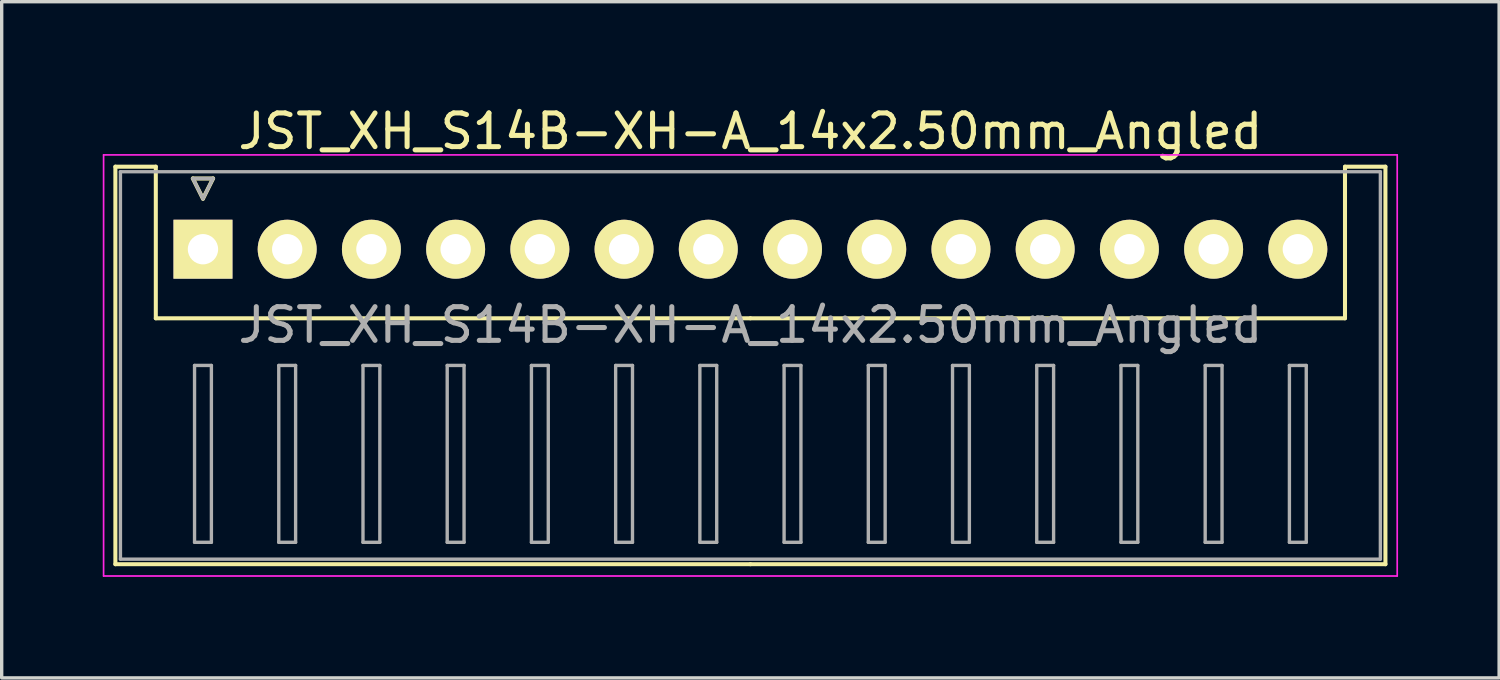
<source format=kicad_pcb>
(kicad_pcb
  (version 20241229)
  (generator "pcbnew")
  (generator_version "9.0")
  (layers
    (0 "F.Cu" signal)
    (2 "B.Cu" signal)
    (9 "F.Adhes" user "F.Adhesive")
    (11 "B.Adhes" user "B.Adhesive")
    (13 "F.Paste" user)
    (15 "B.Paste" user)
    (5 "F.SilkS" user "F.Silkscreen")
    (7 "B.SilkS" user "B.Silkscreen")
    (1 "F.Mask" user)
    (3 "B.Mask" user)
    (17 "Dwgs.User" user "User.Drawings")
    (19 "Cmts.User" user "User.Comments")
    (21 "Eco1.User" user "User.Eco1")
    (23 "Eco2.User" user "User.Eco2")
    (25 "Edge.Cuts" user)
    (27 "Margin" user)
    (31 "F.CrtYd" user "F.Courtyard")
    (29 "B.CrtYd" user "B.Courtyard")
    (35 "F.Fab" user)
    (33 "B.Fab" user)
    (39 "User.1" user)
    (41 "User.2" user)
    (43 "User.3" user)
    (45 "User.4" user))
  (footprint "JST_XH_S14B-XH-A_14x2.50mm_Angled"
    (layer "F.Cu")
    (at 2.975 4.348)
    (property "Reference" "JST_XH_S14B-XH-A_14x2.50mm_Angled" (at 16.25 -3.5 0) (layer "F.SilkS") (effects (font (size 1 1) (thickness 0.15))))
    (attr through_hole)
    (fp_line (start -2.6 -2.45) (end -1.4 -2.45) (stroke (width 0.12) (type solid)) (layer "F.SilkS"))
    (fp_line (start -2.6 9.35) (end -2.6 -2.45) (stroke (width 0.12) (type solid)) (layer "F.SilkS"))
    (fp_line (start -1.4 -2.45) (end -1.4 2.05) (stroke (width 0.12) (type solid)) (layer "F.SilkS"))
    (fp_line (start -1.4 2.05) (end 16.25 2.05) (stroke (width 0.12) (type solid)) (layer "F.SilkS"))
    (fp_line (start -0.3 -2.1) (end 0.3 -2.1) (stroke (width 0.12) (type solid)) (layer "F.SilkS"))
    (fp_line (start 0 -1.5) (end -0.3 -2.1) (stroke (width 0.12) (type solid)) (layer "F.SilkS"))
    (fp_line (start 0.3 -2.1) (end 0 -1.5) (stroke (width 0.12) (type solid)) (layer "F.SilkS"))
    (fp_line (start 16.25 9.35) (end -2.6 9.35) (stroke (width 0.12) (type solid)) (layer "F.SilkS"))
    (fp_line (start 16.25 9.35) (end 35.1 9.35) (stroke (width 0.12) (type solid)) (layer "F.SilkS"))
    (fp_line (start 33.9 -2.45) (end 33.9 2.05) (stroke (width 0.12) (type solid)) (layer "F.SilkS"))
    (fp_line (start 33.9 2.05) (end 16.25 2.05) (stroke (width 0.12) (type solid)) (layer "F.SilkS"))
    (fp_line (start 35.1 -2.45) (end 33.9 -2.45) (stroke (width 0.12) (type solid)) (layer "F.SilkS"))
    (fp_line (start 35.1 9.35) (end 35.1 -2.45) (stroke (width 0.12) (type solid)) (layer "F.SilkS"))
    (fp_line (start -2.95 -2.8) (end -2.95 9.7) (stroke (width 0.05) (type solid)) (layer "F.CrtYd"))
    (fp_line (start -2.95 9.7) (end 35.45 9.7) (stroke (width 0.05) (type solid)) (layer "F.CrtYd"))
    (fp_line (start 35.45 -2.8) (end -2.95 -2.8) (stroke (width 0.05) (type solid)) (layer "F.CrtYd"))
    (fp_line (start 35.45 9.7) (end 35.45 -2.8) (stroke (width 0.05) (type solid)) (layer "F.CrtYd"))
    (fp_line (start -2.45 -2.3) (end -2.45 9.2) (stroke (width 0.1) (type solid)) (layer "F.Fab"))
    (fp_line (start -2.45 9.2) (end 34.95 9.2) (stroke (width 0.1) (type solid)) (layer "F.Fab"))
    (fp_line (start -0.3 -2.1) (end 0.3 -2.1) (stroke (width 0.1) (type solid)) (layer "F.Fab"))
    (fp_line (start -0.25 3.45) (end -0.25 8.7) (stroke (width 0.1) (type solid)) (layer "F.Fab"))
    (fp_line (start -0.25 8.7) (end 0.25 8.7) (stroke (width 0.1) (type solid)) (layer "F.Fab"))
    (fp_line (start 0 -1.5) (end -0.3 -2.1) (stroke (width 0.1) (type solid)) (layer "F.Fab"))
    (fp_line (start 0.25 3.45) (end -0.25 3.45) (stroke (width 0.1) (type solid)) (layer "F.Fab"))
    (fp_line (start 0.25 8.7) (end 0.25 3.45) (stroke (width 0.1) (type solid)) (layer "F.Fab"))
    (fp_line (start 0.3 -2.1) (end 0 -1.5) (stroke (width 0.1) (type solid)) (layer "F.Fab"))
    (fp_line (start 2.25 3.45) (end 2.25 8.7) (stroke (width 0.1) (type solid)) (layer "F.Fab"))
    (fp_line (start 2.25 8.7) (end 2.75 8.7) (stroke (width 0.1) (type solid)) (layer "F.Fab"))
    (fp_line (start 2.75 3.45) (end 2.25 3.45) (stroke (width 0.1) (type solid)) (layer "F.Fab"))
    (fp_line (start 2.75 8.7) (end 2.75 3.45) (stroke (width 0.1) (type solid)) (layer "F.Fab"))
    (fp_line (start 4.75 3.45) (end 4.75 8.7) (stroke (width 0.1) (type solid)) (layer "F.Fab"))
    (fp_line (start 4.75 8.7) (end 5.25 8.7) (stroke (width 0.1) (type solid)) (layer "F.Fab"))
    (fp_line (start 5.25 3.45) (end 4.75 3.45) (stroke (width 0.1) (type solid)) (layer "F.Fab"))
    (fp_line (start 5.25 8.7) (end 5.25 3.45) (stroke (width 0.1) (type solid)) (layer "F.Fab"))
    (fp_line (start 7.25 3.45) (end 7.25 8.7) (stroke (width 0.1) (type solid)) (layer "F.Fab"))
    (fp_line (start 7.25 8.7) (end 7.75 8.7) (stroke (width 0.1) (type solid)) (layer "F.Fab"))
    (fp_line (start 7.75 3.45) (end 7.25 3.45) (stroke (width 0.1) (type solid)) (layer "F.Fab"))
    (fp_line (start 7.75 8.7) (end 7.75 3.45) (stroke (width 0.1) (type solid)) (layer "F.Fab"))
    (fp_line (start 9.75 3.45) (end 9.75 8.7) (stroke (width 0.1) (type solid)) (layer "F.Fab"))
    (fp_line (start 9.75 8.7) (end 10.25 8.7) (stroke (width 0.1) (type solid)) (layer "F.Fab"))
    (fp_line (start 10.25 3.45) (end 9.75 3.45) (stroke (width 0.1) (type solid)) (layer "F.Fab"))
    (fp_line (start 10.25 8.7) (end 10.25 3.45) (stroke (width 0.1) (type solid)) (layer "F.Fab"))
    (fp_line (start 12.25 3.45) (end 12.25 8.7) (stroke (width 0.1) (type solid)) (layer "F.Fab"))
    (fp_line (start 12.25 8.7) (end 12.75 8.7) (stroke (width 0.1) (type solid)) (layer "F.Fab"))
    (fp_line (start 12.75 3.45) (end 12.25 3.45) (stroke (width 0.1) (type solid)) (layer "F.Fab"))
    (fp_line (start 12.75 8.7) (end 12.75 3.45) (stroke (width 0.1) (type solid)) (layer "F.Fab"))
    (fp_line (start 14.75 3.45) (end 14.75 8.7) (stroke (width 0.1) (type solid)) (layer "F.Fab"))
    (fp_line (start 14.75 8.7) (end 15.25 8.7) (stroke (width 0.1) (type solid)) (layer "F.Fab"))
    (fp_line (start 15.25 3.45) (end 14.75 3.45) (stroke (width 0.1) (type solid)) (layer "F.Fab"))
    (fp_line (start 15.25 8.7) (end 15.25 3.45) (stroke (width 0.1) (type solid)) (layer "F.Fab"))
    (fp_line (start 17.25 3.45) (end 17.25 8.7) (stroke (width 0.1) (type solid)) (layer "F.Fab"))
    (fp_line (start 17.25 8.7) (end 17.75 8.7) (stroke (width 0.1) (type solid)) (layer "F.Fab"))
    (fp_line (start 17.75 3.45) (end 17.25 3.45) (stroke (width 0.1) (type solid)) (layer "F.Fab"))
    (fp_line (start 17.75 8.7) (end 17.75 3.45) (stroke (width 0.1) (type solid)) (layer "F.Fab"))
    (fp_line (start 19.75 3.45) (end 19.75 8.7) (stroke (width 0.1) (type solid)) (layer "F.Fab"))
    (fp_line (start 19.75 8.7) (end 20.25 8.7) (stroke (width 0.1) (type solid)) (layer "F.Fab"))
    (fp_line (start 20.25 3.45) (end 19.75 3.45) (stroke (width 0.1) (type solid)) (layer "F.Fab"))
    (fp_line (start 20.25 8.7) (end 20.25 3.45) (stroke (width 0.1) (type solid)) (layer "F.Fab"))
    (fp_line (start 22.25 3.45) (end 22.25 8.7) (stroke (width 0.1) (type solid)) (layer "F.Fab"))
    (fp_line (start 22.25 8.7) (end 22.75 8.7) (stroke (width 0.1) (type solid)) (layer "F.Fab"))
    (fp_line (start 22.75 3.45) (end 22.25 3.45) (stroke (width 0.1) (type solid)) (layer "F.Fab"))
    (fp_line (start 22.75 8.7) (end 22.75 3.45) (stroke (width 0.1) (type solid)) (layer "F.Fab"))
    (fp_line (start 24.75 3.45) (end 24.75 8.7) (stroke (width 0.1) (type solid)) (layer "F.Fab"))
    (fp_line (start 24.75 8.7) (end 25.25 8.7) (stroke (width 0.1) (type solid)) (layer "F.Fab"))
    (fp_line (start 25.25 3.45) (end 24.75 3.45) (stroke (width 0.1) (type solid)) (layer "F.Fab"))
    (fp_line (start 25.25 8.7) (end 25.25 3.45) (stroke (width 0.1) (type solid)) (layer "F.Fab"))
    (fp_line (start 27.25 3.45) (end 27.25 8.7) (stroke (width 0.1) (type solid)) (layer "F.Fab"))
    (fp_line (start 27.25 8.7) (end 27.75 8.7) (stroke (width 0.1) (type solid)) (layer "F.Fab"))
    (fp_line (start 27.75 3.45) (end 27.25 3.45) (stroke (width 0.1) (type solid)) (layer "F.Fab"))
    (fp_line (start 27.75 8.7) (end 27.75 3.45) (stroke (width 0.1) (type solid)) (layer "F.Fab"))
    (fp_line (start 29.75 3.45) (end 29.75 8.7) (stroke (width 0.1) (type solid)) (layer "F.Fab"))
    (fp_line (start 29.75 8.7) (end 30.25 8.7) (stroke (width 0.1) (type solid)) (layer "F.Fab"))
    (fp_line (start 30.25 3.45) (end 29.75 3.45) (stroke (width 0.1) (type solid)) (layer "F.Fab"))
    (fp_line (start 30.25 8.7) (end 30.25 3.45) (stroke (width 0.1) (type solid)) (layer "F.Fab"))
    (fp_line (start 32.25 3.45) (end 32.25 8.7) (stroke (width 0.1) (type solid)) (layer "F.Fab"))
    (fp_line (start 32.25 8.7) (end 32.75 8.7) (stroke (width 0.1) (type solid)) (layer "F.Fab"))
    (fp_line (start 32.75 3.45) (end 32.25 3.45) (stroke (width 0.1) (type solid)) (layer "F.Fab"))
    (fp_line (start 32.75 8.7) (end 32.75 3.45) (stroke (width 0.1) (type solid)) (layer "F.Fab"))
    (fp_line (start 34.95 -2.3) (end -2.45 -2.3) (stroke (width 0.1) (type solid)) (layer "F.Fab"))
    (fp_line (start 34.95 9.2) (end 34.95 -2.3) (stroke (width 0.1) (type solid)) (layer "F.Fab"))
    (fp_text user "${REFERENCE}" (at 16.25 2.25 0) (layer "F.Fab") (effects (font (size 1 1) (thickness 0.15))))
    (pad "1" thru_hole rect (at 0 0) (size 1.75 1.75) (drill 0.9) (layers "*.Cu" "*.Mask" "F.SilkS"))
    (pad "2" thru_hole circle (at 2.5 0) (size 1.75 1.75) (drill 0.9) (layers "*.Cu" "*.Mask" "F.SilkS"))
    (pad "3" thru_hole circle (at 5 0) (size 1.75 1.75) (drill 0.9) (layers "*.Cu" "*.Mask" "F.SilkS"))
    (pad "4" thru_hole circle (at 7.5 0) (size 1.75 1.75) (drill 0.9) (layers "*.Cu" "*.Mask" "F.SilkS"))
    (pad "5" thru_hole circle (at 10 0) (size 1.75 1.75) (drill 0.9) (layers "*.Cu" "*.Mask" "F.SilkS"))
    (pad "6" thru_hole circle (at 12.5 0) (size 1.75 1.75) (drill 0.9) (layers "*.Cu" "*.Mask" "F.SilkS"))
    (pad "7" thru_hole circle (at 15 0) (size 1.75 1.75) (drill 0.9) (layers "*.Cu" "*.Mask" "F.SilkS"))
    (pad "8" thru_hole circle (at 17.5 0) (size 1.75 1.75) (drill 0.9) (layers "*.Cu" "*.Mask" "F.SilkS"))
    (pad "9" thru_hole circle (at 20 0) (size 1.75 1.75) (drill 0.9) (layers "*.Cu" "*.Mask" "F.SilkS"))
    (pad "10" thru_hole circle (at 22.5 0) (size 1.75 1.75) (drill 0.9) (layers "*.Cu" "*.Mask" "F.SilkS"))
    (pad "11" thru_hole circle (at 25 0) (size 1.75 1.75) (drill 0.9) (layers "*.Cu" "*.Mask" "F.SilkS"))
    (pad "12" thru_hole circle (at 27.5 0) (size 1.75 1.75) (drill 0.9) (layers "*.Cu" "*.Mask" "F.SilkS"))
    (pad "13" thru_hole circle (at 30 0) (size 1.75 1.75) (drill 0.9) (layers "*.Cu" "*.Mask" "F.SilkS"))
    (pad "14" thru_hole circle (at 32.5 0) (size 1.75 1.75) (drill 0.9) (layers "*.Cu" "*.Mask" "F.SilkS")))
  (gr_rect
    (start -3 -3)
    (end 41.45 17.073)
    (stroke (width 0.1) (type default))
    (fill no)
    (layer "Edge.Cuts")))
</source>
